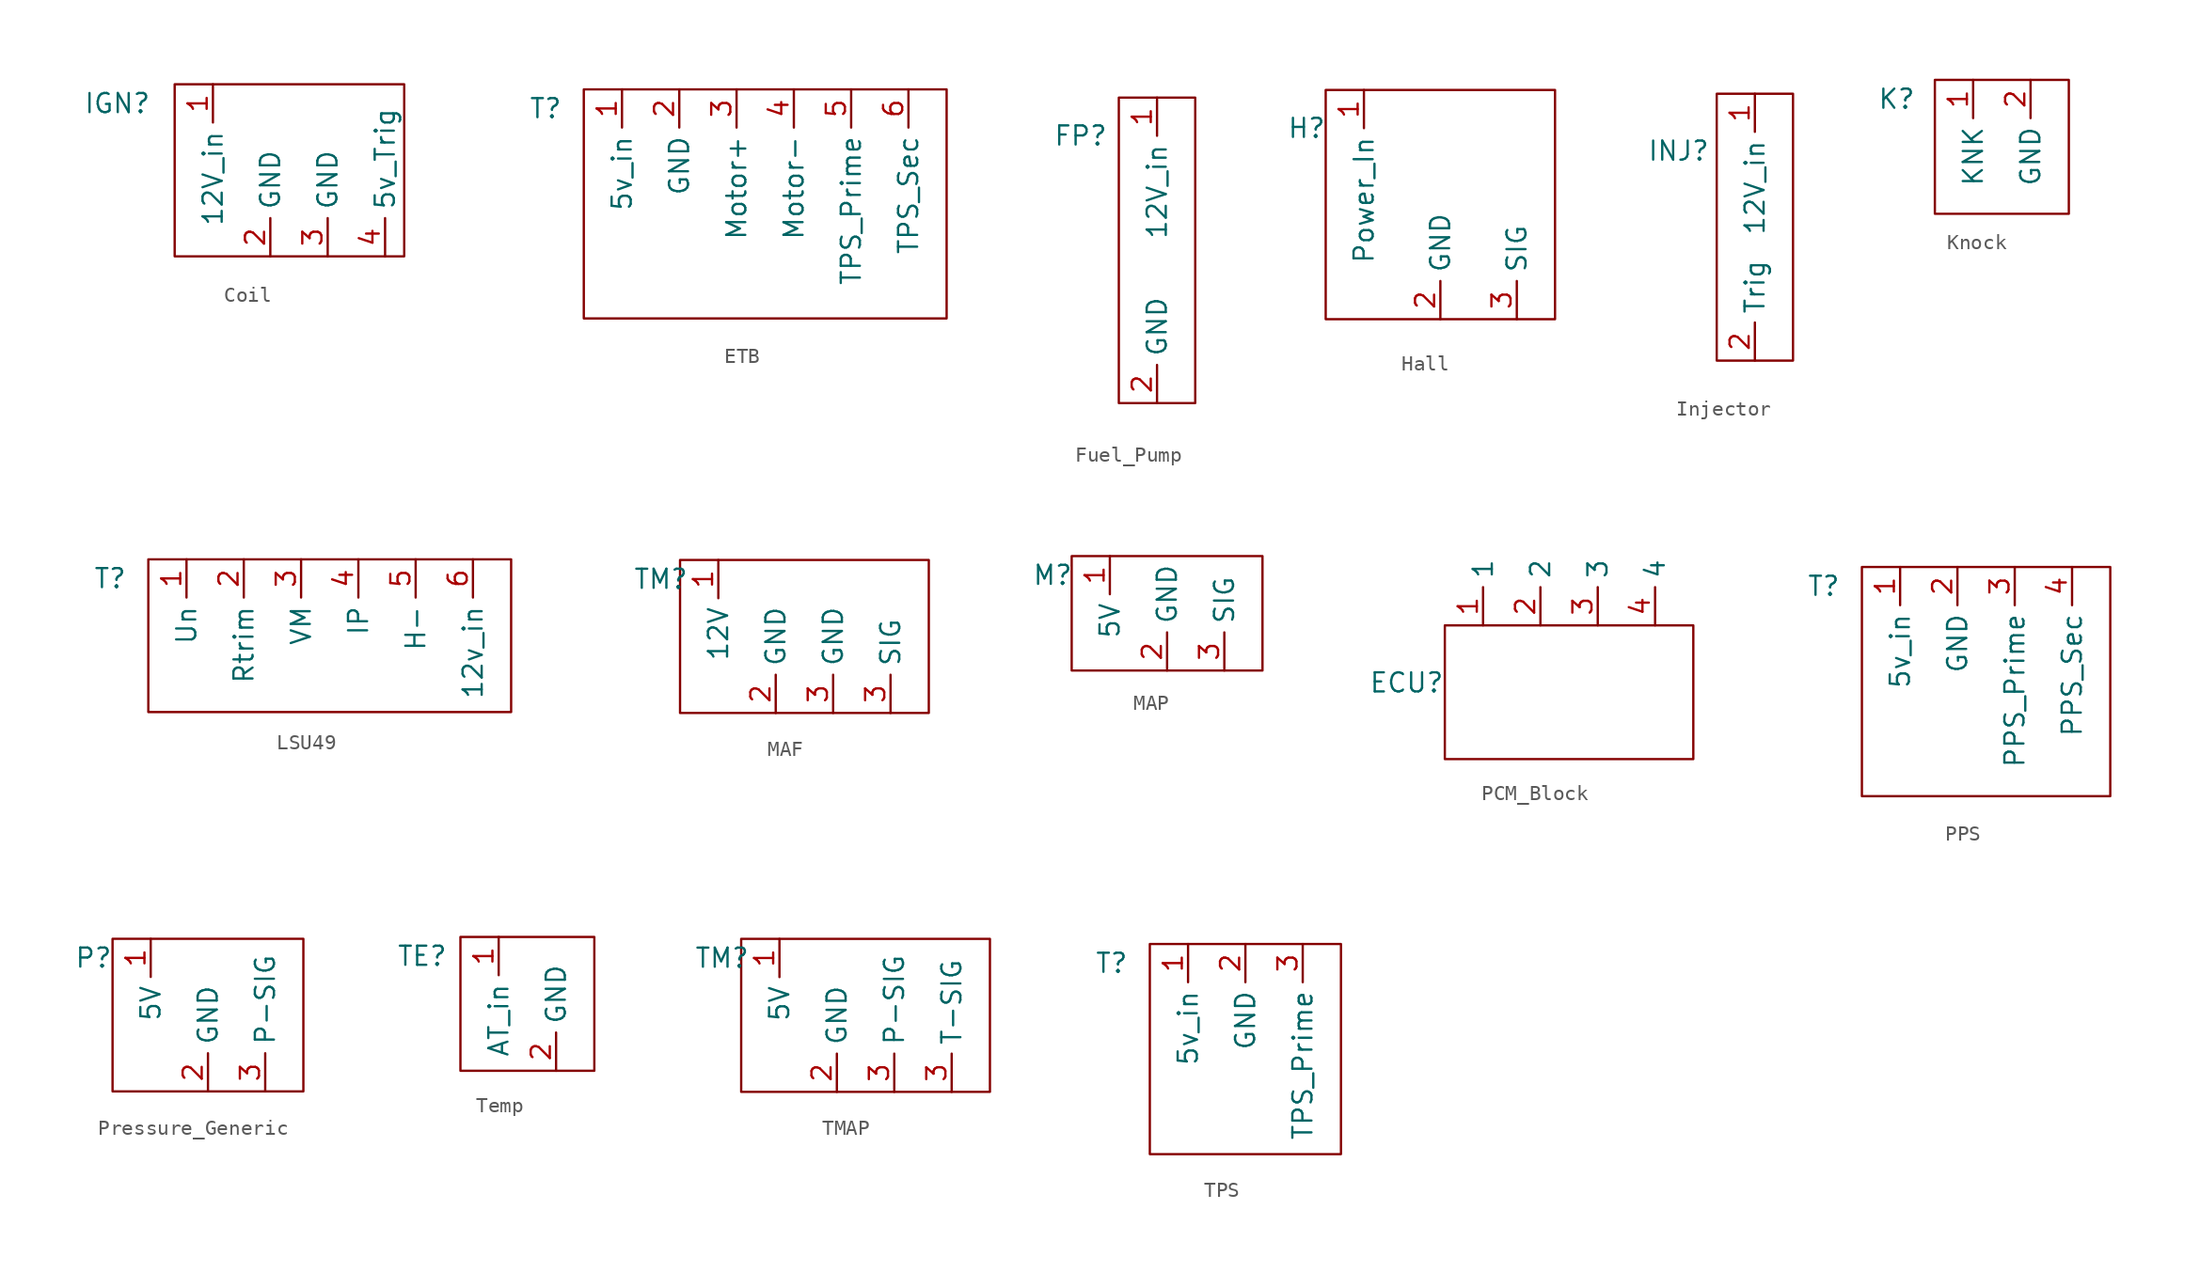
<source format=kicad_sym>
(kicad_symbol_lib
  (version 20241209)
  (generator "kicad_symbol_editor")
  (generator_version "9.0")
  (symbol "Coil"
    (property "Reference" "IGN"
      (at 0 0 0)
      (effects (font (size 1.27 1.27))))
    (property "Value" ""
      (at 0 0 0)
      (effects (font (size 1.27 1.27))))
    (symbol "Coil_0_1"
      (rectangle (start 3.81 1.27) (end 19.05 -10.16) (stroke (width 0) (type default)) (fill (type none))))
    (symbol "Coil_1_1"
      (pin input line (at 6.35 1.27 270) (length 2.54) (name "12V_in" (effects (font (size 1.27 1.27)))) (number "1" (effects (font (size 1.27 1.27)))))
      (pin output line (at 10.16 -10.16 90) (length 2.54) (name "GND" (effects (font (size 1.27 1.27)))) (number "2" (effects (font (size 1.27 1.27)))))
      (pin output line (at 13.97 -10.16 90) (length 2.54) (name "GND" (effects (font (size 1.27 1.27)))) (number "3" (effects (font (size 1.27 1.27)))))
      (pin input line (at 17.78 -10.16 90) (length 2.54) (name "5v_Trig" (effects (font (size 1.27 1.27)))) (number "4" (effects (font (size 1.27 1.27)))))))
  (symbol "ETB"
    (property "Reference" "T"
      (at 0 0 0)
      (effects (font (size 1.27 1.27))))
    (property "Value" ""
      (at 0 0 0)
      (effects (font (size 1.27 1.27))))
    (symbol "ETB_0_1"
      (rectangle (start 2.54 1.27) (end 26.67 -13.97) (stroke (width 0) (type default)) (fill (type none))))
    (symbol "ETB_1_1"
      (pin input line (at 5.08 1.27 270) (length 2.54) (name "5v_in" (effects (font (size 1.27 1.27)))) (number "1" (effects (font (size 1.27 1.27)))))
      (pin output line (at 8.89 1.27 270) (length 2.54) (name "GND" (effects (font (size 1.27 1.27)))) (number "2" (effects (font (size 1.27 1.27)))))
      (pin input line (at 12.7 1.27 270) (length 2.54) (name "Motor+" (effects (font (size 1.27 1.27)))) (number "3" (effects (font (size 1.27 1.27)))))
      (pin input line (at 16.51 1.27 270) (length 2.54) (name "Motor-" (effects (font (size 1.27 1.27)))) (number "4" (effects (font (size 1.27 1.27)))))
      (pin output line (at 20.32 1.27 270) (length 2.54) (name "TPS_Prime" (effects (font (size 1.27 1.27)))) (number "5" (effects (font (size 1.27 1.27)))))
      (pin output line (at 24.13 1.27 270) (length 2.54) (name "TPS_Sec" (effects (font (size 1.27 1.27)))) (number "6" (effects (font (size 1.27 1.27)))))))
  (symbol "Fuel_Pump"
    (property "Reference" "FP"
      (at 0 0 0)
      (effects (font (size 1.27 1.27))))
    (property "Value" ""
      (at 0 0 0)
      (effects (font (size 1.27 1.27))))
    (symbol "Fuel_Pump_0_1"
      (rectangle (start 2.54 2.54) (end 7.62 -17.78) (stroke (width 0) (type default)) (fill (type none))))
    (symbol "Fuel_Pump_1_1"
      (pin input line (at 5.08 2.54 270) (length 2.54) (name "12V_in" (effects (font (size 1.27 1.27)))) (number "1" (effects (font (size 1.27 1.27)))))
      (pin output line (at 5.08 -17.78 90) (length 2.54) (name "GND" (effects (font (size 1.27 1.27)))) (number "2" (effects (font (size 1.27 1.27)))))))
  (symbol "Hall"
    (property "Reference" "H"
      (at 0 0 0)
      (effects (font (size 1.27 1.27))))
    (property "Value" ""
      (at 0 0 0)
      (effects (font (size 1.27 1.27))))
    (symbol "Hall_0_1"
      (rectangle (start 1.27 2.54) (end 16.51 -12.7) (stroke (width 0) (type default)) (fill (type none))))
    (symbol "Hall_1_1"
      (pin input line (at 3.81 2.54 270) (length 2.54) (name "Power_In" (effects (font (size 1.27 1.27)))) (number "1" (effects (font (size 1.27 1.27)))))
      (pin output line (at 8.89 -12.7 90) (length 2.54) (name "GND" (effects (font (size 1.27 1.27)))) (number "2" (effects (font (size 1.27 1.27)))))
      (pin output line (at 13.97 -12.7 90) (length 2.54) (name "SIG" (effects (font (size 1.27 1.27)))) (number "3" (effects (font (size 1.27 1.27)))))))
  (symbol "Injector"
    (property "Reference" "INJ"
      (at 0 0 0)
      (effects (font (size 1.27 1.27))))
    (property "Value" ""
      (at 0 0 0)
      (effects (font (size 1.27 1.27))))
    (symbol "Injector_0_1"
      (rectangle (start 2.54 3.81) (end 7.62 -13.97) (stroke (width 0) (type default)) (fill (type none))))
    (symbol "Injector_1_1"
      (pin input line (at 5.08 3.81 270) (length 2.54) (name "12V_in" (effects (font (size 1.27 1.27)))) (number "1" (effects (font (size 1.27 1.27)))))
      (pin output line (at 5.08 -13.97 90) (length 2.54) (name "Trig" (effects (font (size 1.27 1.27)))) (number "2" (effects (font (size 1.27 1.27)))))))
  (symbol "Knock"
    (property "Reference" "K"
      (at 0 0 0)
      (effects (font (size 1.27 1.27))))
    (property "Value" ""
      (at 0 0 0)
      (effects (font (size 1.27 1.27))))
    (symbol "Knock_0_1"
      (rectangle (start 2.54 1.27) (end 11.43 -7.62) (stroke (width 0) (type default)) (fill (type none))))
    (symbol "Knock_1_1"
      (pin output line (at 5.08 1.27 270) (length 2.54) (name "KNK" (effects (font (size 1.27 1.27)))) (number "1" (effects (font (size 1.27 1.27)))))
      (pin output line (at 8.89 1.27 270) (length 2.54) (name "GND" (effects (font (size 1.27 1.27)))) (number "2" (effects (font (size 1.27 1.27)))))))
  (symbol "LSU49"
    (property "Reference" "T"
      (at 0 0 0)
      (effects (font (size 1.27 1.27))))
    (property "Value" ""
      (at 0 0 0)
      (effects (font (size 1.27 1.27))))
    (symbol "LSU49_0_1"
      (rectangle (start 2.54 1.27) (end 26.67 -8.89) (stroke (width 0) (type default)) (fill (type none))))
    (symbol "LSU49_1_1"
      (pin output line (at 5.08 1.27 270) (length 2.54) (name "Un" (effects (font (size 1.27 1.27)))) (number "1" (effects (font (size 1.27 1.27)))))
      (pin output line (at 8.89 1.27 270) (length 2.54) (name "Rtrim" (effects (font (size 1.27 1.27)))) (number "2" (effects (font (size 1.27 1.27)))))
      (pin output line (at 12.7 1.27 270) (length 2.54) (name "VM" (effects (font (size 1.27 1.27)))) (number "3" (effects (font (size 1.27 1.27)))))
      (pin output line (at 16.51 1.27 270) (length 2.54) (name "IP" (effects (font (size 1.27 1.27)))) (number "4" (effects (font (size 1.27 1.27)))))
      (pin output line (at 20.32 1.27 270) (length 2.54) (name "H-" (effects (font (size 1.27 1.27)))) (number "5" (effects (font (size 1.27 1.27)))))
      (pin input line (at 24.13 1.27 270) (length 2.54) (name "12v_in" (effects (font (size 1.27 1.27)))) (number "6" (effects (font (size 1.27 1.27)))))))
  (symbol "MAF"
    (property "Reference" "TM"
      (at 0 0 0)
      (effects (font (size 1.27 1.27))))
    (property "Value" ""
      (at 0 0 0)
      (effects (font (size 1.27 1.27))))
    (symbol "MAF_0_1"
      (rectangle (start 1.27 1.27) (end 17.78 -8.89) (stroke (width 0) (type default)) (fill (type none))))
    (symbol "MAF_1_1"
      (pin input line (at 3.81 1.27 270) (length 2.54) (name "12V" (effects (font (size 1.27 1.27)))) (number "1" (effects (font (size 1.27 1.27)))))
      (pin output line (at 7.62 -8.89 90) (length 2.54) (name "GND" (effects (font (size 1.27 1.27)))) (number "2" (effects (font (size 1.27 1.27)))))
      (pin output line (at 11.43 -8.89 90) (length 2.54) (name "GND" (effects (font (size 1.27 1.27)))) (number "3" (effects (font (size 1.27 1.27)))))
      (pin output line (at 15.24 -8.89 90) (length 2.54) (name "SIG" (effects (font (size 1.27 1.27)))) (number "3" (effects (font (size 1.27 1.27)))))))
  (symbol "MAP"
    (property "Reference" "M"
      (at 0 0 0)
      (effects (font (size 1.27 1.27))))
    (property "Value" ""
      (at 0 0 0)
      (effects (font (size 1.27 1.27))))
    (symbol "MAP_0_1"
      (rectangle (start 1.27 1.27) (end 13.97 -6.35) (stroke (width 0) (type default)) (fill (type none))))
    (symbol "MAP_1_1"
      (pin input line (at 3.81 1.27 270) (length 2.54) (name "5V" (effects (font (size 1.27 1.27)))) (number "1" (effects (font (size 1.27 1.27)))))
      (pin output line (at 7.62 -6.35 90) (length 2.54) (name "GND" (effects (font (size 1.27 1.27)))) (number "2" (effects (font (size 1.27 1.27)))))
      (pin output line (at 11.43 -6.35 90) (length 2.54) (name "SIG" (effects (font (size 1.27 1.27)))) (number "3" (effects (font (size 1.27 1.27)))))))
  (symbol "PCM_Block"
    (property "Reference" "ECU"
      (at 0 0 0)
      (effects (font (size 1.27 1.27))))
    (property "Value" ""
      (at 0 0 0)
      (effects (font (size 1.27 1.27))))
    (symbol "PCM_Block_0_1"
      (rectangle (start 2.54 3.81) (end 19.05 -5.08) (stroke (width 0) (type default)) (fill (type none))))
    (symbol "PCM_Block_1_1"
      (pin input line (at 5.08 3.81 90) (length 2.54) (name "1" (effects (font (size 1.27 1.27)))) (number "1" (effects (font (size 1.27 1.27)))))
      (pin input line (at 8.89 3.81 90) (length 2.54) (name "2" (effects (font (size 1.27 1.27)))) (number "2" (effects (font (size 1.27 1.27)))))
      (pin input line (at 12.7 3.81 90) (length 2.54) (name "3" (effects (font (size 1.27 1.27)))) (number "3" (effects (font (size 1.27 1.27)))))
      (pin input line (at 16.51 3.81 90) (length 2.54) (name "4" (effects (font (size 1.27 1.27)))) (number "4" (effects (font (size 1.27 1.27)))))))
  (symbol "PPS"
    (property "Reference" "T"
      (at 0 0 0)
      (effects (font (size 1.27 1.27))))
    (property "Value" ""
      (at 0 0 0)
      (effects (font (size 1.27 1.27))))
    (symbol "PPS_0_1"
      (rectangle (start 2.54 1.27) (end 19.05 -13.97) (stroke (width 0) (type default)) (fill (type none))))
    (symbol "PPS_1_1"
      (pin input line (at 5.08 1.27 270) (length 2.54) (name "5v_in" (effects (font (size 1.27 1.27)))) (number "1" (effects (font (size 1.27 1.27)))))
      (pin output line (at 8.89 1.27 270) (length 2.54) (name "GND" (effects (font (size 1.27 1.27)))) (number "2" (effects (font (size 1.27 1.27)))))
      (pin output line (at 12.7 1.27 270) (length 2.54) (name "PPS_Prime" (effects (font (size 1.27 1.27)))) (number "3" (effects (font (size 1.27 1.27)))))
      (pin output line (at 16.51 1.27 270) (length 2.54) (name "PPS_Sec" (effects (font (size 1.27 1.27)))) (number "4" (effects (font (size 1.27 1.27)))))))
  (symbol "Pressure_Generic"
    (property "Reference" "P"
      (at 0 0 0)
      (effects (font (size 1.27 1.27))))
    (property "Value" ""
      (at 0 0 0)
      (effects (font (size 1.27 1.27))))
    (symbol "Pressure_Generic_0_1"
      (rectangle (start 1.27 1.27) (end 13.97 -8.89) (stroke (width 0) (type default)) (fill (type none))))
    (symbol "Pressure_Generic_1_1"
      (pin input line (at 3.81 1.27 270) (length 2.54) (name "5V" (effects (font (size 1.27 1.27)))) (number "1" (effects (font (size 1.27 1.27)))))
      (pin output line (at 7.62 -8.89 90) (length 2.54) (name "GND" (effects (font (size 1.27 1.27)))) (number "2" (effects (font (size 1.27 1.27)))))
      (pin output line (at 11.43 -8.89 90) (length 2.54) (name "P-SIG" (effects (font (size 1.27 1.27)))) (number "3" (effects (font (size 1.27 1.27)))))))
  (symbol "Temp"
    (property "Reference" "TE"
      (at 0 0 0)
      (effects (font (size 1.27 1.27))))
    (property "Value" ""
      (at 0 0 0)
      (effects (font (size 1.27 1.27))))
    (symbol "Temp_0_1"
      (rectangle (start 2.54 1.27) (end 11.43 -7.62) (stroke (width 0) (type default)) (fill (type none))))
    (symbol "Temp_1_1"
      (pin input line (at 5.08 1.27 270) (length 2.54) (name "AT_in" (effects (font (size 1.27 1.27)))) (number "1" (effects (font (size 1.27 1.27)))))
      (pin output line (at 8.89 -7.62 90) (length 2.54) (name "GND" (effects (font (size 1.27 1.27)))) (number "2" (effects (font (size 1.27 1.27)))))))
  (symbol "TMAP"
    (property "Reference" "TM"
      (at 0 0 0)
      (effects (font (size 1.27 1.27))))
    (property "Value" ""
      (at 0 0 0)
      (effects (font (size 1.27 1.27))))
    (symbol "TMAP_0_1"
      (rectangle (start 1.27 1.27) (end 17.78 -8.89) (stroke (width 0) (type default)) (fill (type none))))
    (symbol "TMAP_1_1"
      (pin input line (at 3.81 1.27 270) (length 2.54) (name "5V" (effects (font (size 1.27 1.27)))) (number "1" (effects (font (size 1.27 1.27)))))
      (pin output line (at 7.62 -8.89 90) (length 2.54) (name "GND" (effects (font (size 1.27 1.27)))) (number "2" (effects (font (size 1.27 1.27)))))
      (pin output line (at 11.43 -8.89 90) (length 2.54) (name "P-SIG" (effects (font (size 1.27 1.27)))) (number "3" (effects (font (size 1.27 1.27)))))
      (pin output line (at 15.24 -8.89 90) (length 2.54) (name "T-SIG" (effects (font (size 1.27 1.27)))) (number "3" (effects (font (size 1.27 1.27)))))))
  (symbol "TPS"
    (property "Reference" "T"
      (at 0 0 0)
      (effects (font (size 1.27 1.27))))
    (property "Value" ""
      (at 0 0 0)
      (effects (font (size 1.27 1.27))))
    (symbol "TPS_0_1"
      (rectangle (start 2.54 1.27) (end 15.24 -12.7) (stroke (width 0) (type default)) (fill (type none))))
    (symbol "TPS_1_1"
      (pin input line (at 5.08 1.27 270) (length 2.54) (name "5v_in" (effects (font (size 1.27 1.27)))) (number "1" (effects (font (size 1.27 1.27)))))
      (pin output line (at 8.89 1.27 270) (length 2.54) (name "GND" (effects (font (size 1.27 1.27)))) (number "2" (effects (font (size 1.27 1.27)))))
      (pin output line (at 12.7 1.27 270) (length 2.54) (name "TPS_Prime" (effects (font (size 1.27 1.27)))) (number "3" (effects (font (size 1.27 1.27))))))))
</source>
